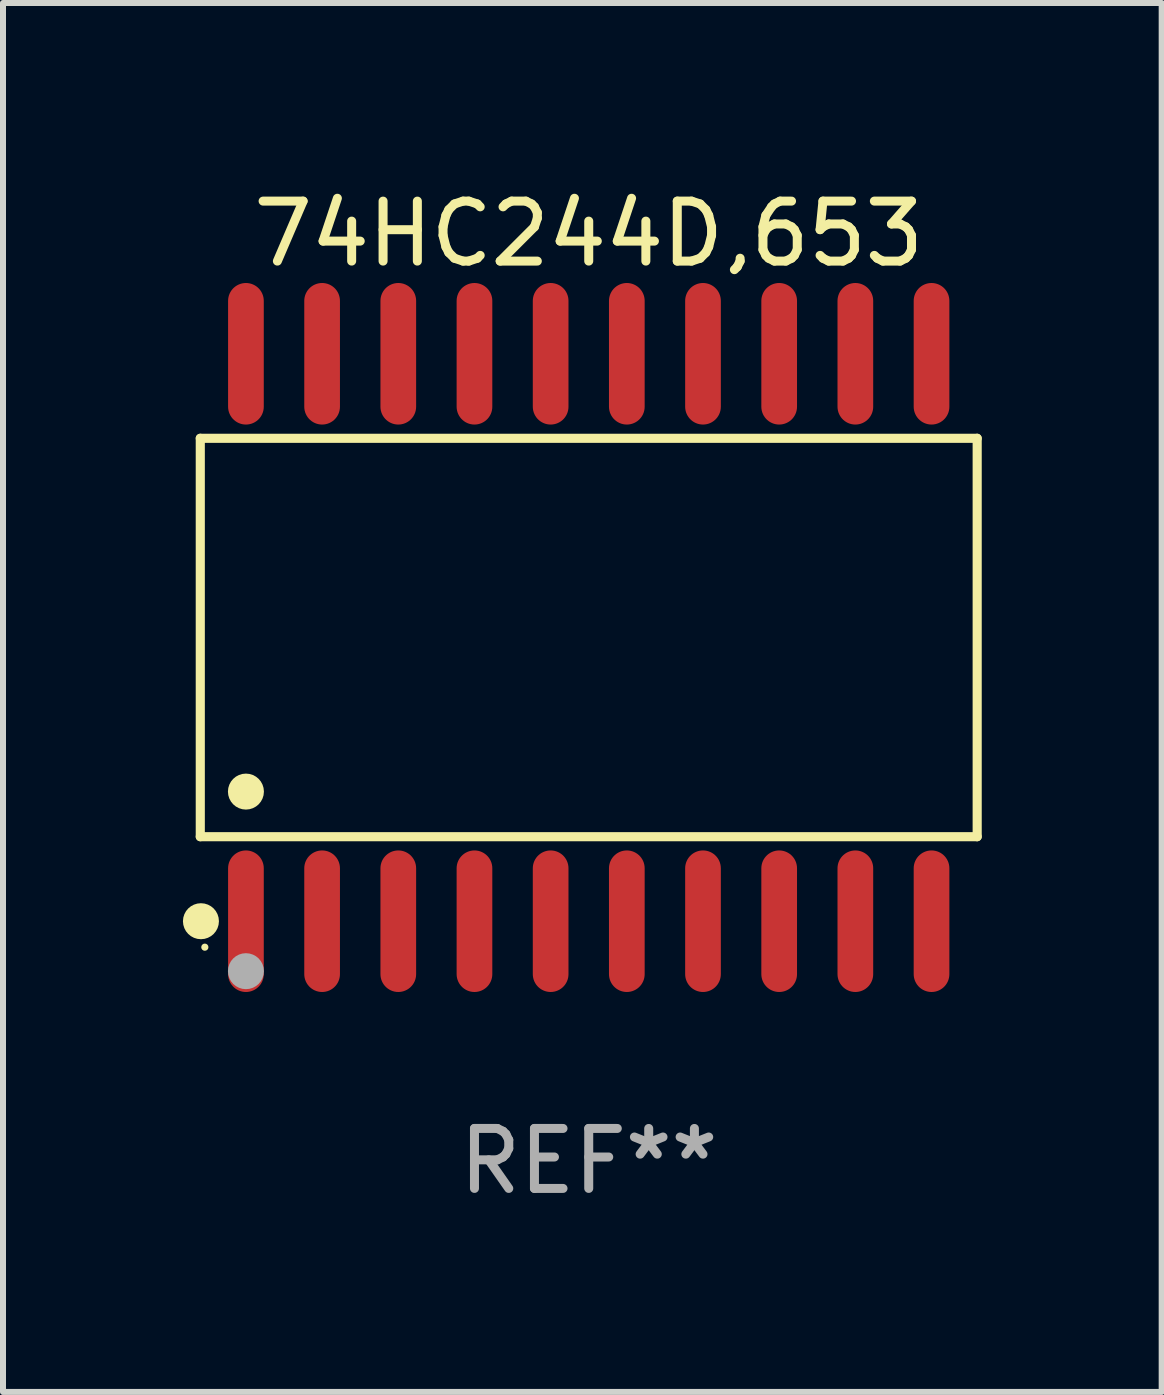
<source format=kicad_pcb>
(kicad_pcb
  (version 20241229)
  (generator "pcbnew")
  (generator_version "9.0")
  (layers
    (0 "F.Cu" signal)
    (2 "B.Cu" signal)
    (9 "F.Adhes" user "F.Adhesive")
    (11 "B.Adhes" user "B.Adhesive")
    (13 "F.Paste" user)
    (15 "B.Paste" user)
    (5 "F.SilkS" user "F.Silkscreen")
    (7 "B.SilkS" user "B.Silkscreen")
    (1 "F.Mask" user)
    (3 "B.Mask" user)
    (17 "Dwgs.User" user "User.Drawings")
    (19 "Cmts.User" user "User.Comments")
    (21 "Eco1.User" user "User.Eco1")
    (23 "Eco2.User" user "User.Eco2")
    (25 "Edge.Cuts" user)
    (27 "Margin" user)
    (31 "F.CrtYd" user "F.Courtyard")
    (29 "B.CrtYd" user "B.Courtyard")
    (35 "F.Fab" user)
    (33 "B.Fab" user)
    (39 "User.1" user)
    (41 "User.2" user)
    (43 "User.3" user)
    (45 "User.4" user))
  (footprint "74HC244D,653"
    (layer "F.Cu")
    (at 6.765 7.578)
    (property "Reference" "74HC244D,653" (at 0 -6.73 0) (layer "F.SilkS") (effects (font (size 1 1) (thickness 0.15))))
    (attr through_hole)
    (fp_line (start -6.476 -3.321) (end 6.476 -3.321) (stroke (width 0.152) (type solid)) (layer "F.SilkS"))
    (fp_line (start -6.476 3.321) (end -6.476 -3.321) (stroke (width 0.152) (type solid)) (layer "F.SilkS"))
    (fp_line (start 6.476 -3.321) (end 6.476 3.321) (stroke (width 0.152) (type solid)) (layer "F.SilkS"))
    (fp_line (start 6.476 3.321) (end -6.476 3.321) (stroke (width 0.152) (type solid)) (layer "F.SilkS"))
    (fp_circle (center -6.465 4.73) (end -6.315 4.73) (stroke (width 0.3) (type solid)) (fill no) (layer "F.SilkS"))
    (fp_circle (center -6.4 5.163) (end -6.37 5.163) (stroke (width 0.06) (type solid)) (fill no) (layer "F.SilkS"))
    (fp_circle (center -5.715 2.569) (end -5.565 2.569) (stroke (width 0.3) (type solid)) (fill no) (layer "F.SilkS"))
    (fp_circle (center -5.715 5.563) (end -5.565 5.563) (stroke (width 0.3) (type solid)) (fill no) (layer "F.Fab"))
    (fp_text user "REF**" (at 0 8.73 0) (layer "F.Fab") (effects (font (size 1 1) (thickness 0.15))))
    (pad "1" smd oval (at -5.715 4.73) (size 0.595 2.36) (layers "F.Cu" "F.Mask" "F.Paste"))
    (pad "2" smd oval (at -4.445 4.73) (size 0.595 2.36) (layers "F.Cu" "F.Mask" "F.Paste"))
    (pad "3" smd oval (at -3.175 4.73) (size 0.595 2.36) (layers "F.Cu" "F.Mask" "F.Paste"))
    (pad "4" smd oval (at -1.905 4.73) (size 0.595 2.36) (layers "F.Cu" "F.Mask" "F.Paste"))
    (pad "5" smd oval (at -0.635 4.73) (size 0.595 2.36) (layers "F.Cu" "F.Mask" "F.Paste"))
    (pad "6" smd oval (at 0.635 4.73) (size 0.595 2.36) (layers "F.Cu" "F.Mask" "F.Paste"))
    (pad "7" smd oval (at 1.905 4.73) (size 0.595 2.36) (layers "F.Cu" "F.Mask" "F.Paste"))
    (pad "8" smd oval (at 3.175 4.73) (size 0.595 2.36) (layers "F.Cu" "F.Mask" "F.Paste"))
    (pad "9" smd oval (at 4.445 4.73) (size 0.595 2.36) (layers "F.Cu" "F.Mask" "F.Paste"))
    (pad "10" smd oval (at 5.715 4.73) (size 0.595 2.36) (layers "F.Cu" "F.Mask" "F.Paste"))
    (pad "11" smd oval (at 5.715 -4.73) (size 0.595 2.36) (layers "F.Cu" "F.Mask" "F.Paste"))
    (pad "12" smd oval (at 4.445 -4.73) (size 0.595 2.36) (layers "F.Cu" "F.Mask" "F.Paste"))
    (pad "13" smd oval (at 3.175 -4.73) (size 0.595 2.36) (layers "F.Cu" "F.Mask" "F.Paste"))
    (pad "14" smd oval (at 1.905 -4.73) (size 0.595 2.36) (layers "F.Cu" "F.Mask" "F.Paste"))
    (pad "15" smd oval (at 0.635 -4.73) (size 0.595 2.36) (layers "F.Cu" "F.Mask" "F.Paste"))
    (pad "16" smd oval (at -0.635 -4.73) (size 0.595 2.36) (layers "F.Cu" "F.Mask" "F.Paste"))
    (pad "17" smd oval (at -1.905 -4.73) (size 0.595 2.36) (layers "F.Cu" "F.Mask" "F.Paste"))
    (pad "18" smd oval (at -3.175 -4.73) (size 0.595 2.36) (layers "F.Cu" "F.Mask" "F.Paste"))
    (pad "19" smd oval (at -4.445 -4.73) (size 0.595 2.36) (layers "F.Cu" "F.Mask" "F.Paste"))
    (pad "20" smd oval (at -5.715 -4.73) (size 0.595 2.36) (layers "F.Cu" "F.Mask" "F.Paste")))
  (gr_rect
    (start -3 -3)
    (end 16.317 20.156)
    (stroke (width 0.1) (type default))
    (fill no)
    (layer "Edge.Cuts")))
</source>
